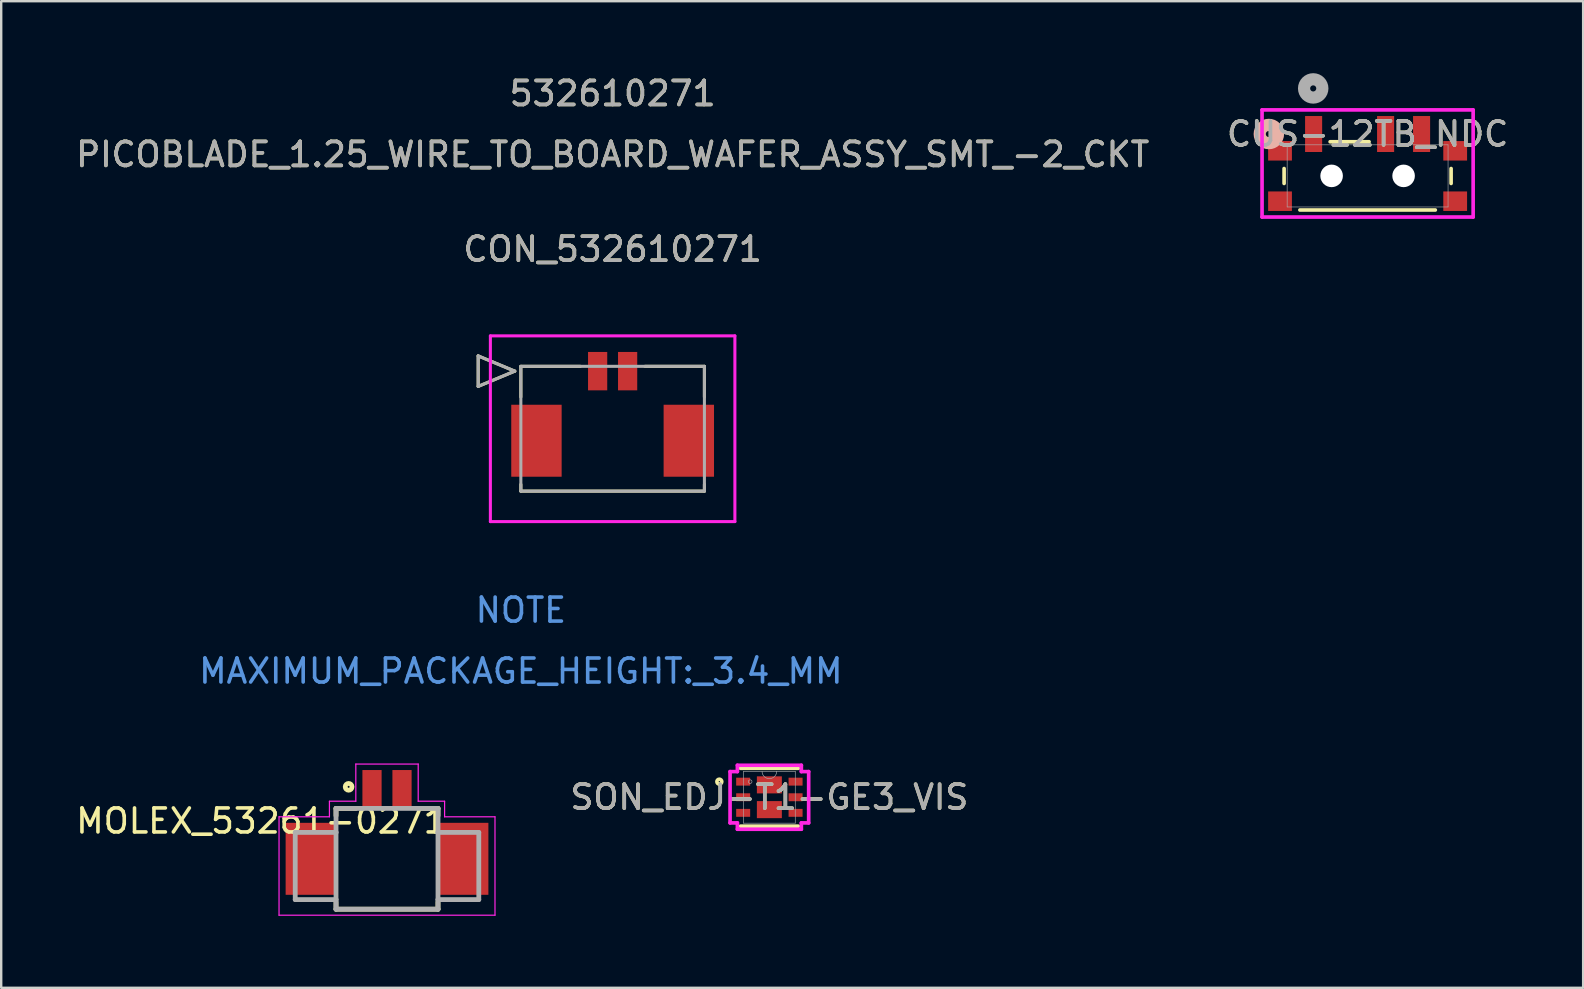
<source format=kicad_pcb>
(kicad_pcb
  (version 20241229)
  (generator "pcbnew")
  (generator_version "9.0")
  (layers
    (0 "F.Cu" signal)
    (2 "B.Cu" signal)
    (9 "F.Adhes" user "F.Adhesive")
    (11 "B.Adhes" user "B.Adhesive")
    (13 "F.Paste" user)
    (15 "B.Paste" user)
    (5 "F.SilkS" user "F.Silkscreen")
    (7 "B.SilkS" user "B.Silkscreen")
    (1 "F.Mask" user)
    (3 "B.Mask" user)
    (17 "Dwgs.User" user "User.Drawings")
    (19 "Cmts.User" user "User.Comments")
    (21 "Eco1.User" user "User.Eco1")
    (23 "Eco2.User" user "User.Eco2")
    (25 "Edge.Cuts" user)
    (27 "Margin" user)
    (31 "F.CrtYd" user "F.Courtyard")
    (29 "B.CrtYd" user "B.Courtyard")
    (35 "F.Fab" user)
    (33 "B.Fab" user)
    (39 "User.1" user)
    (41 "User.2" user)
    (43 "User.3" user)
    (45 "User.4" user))
  (footprint "CON_532610271"
    (layer "F.Cu")
    (at 21.857 12.418)
    (property "Reference" "CON_532610271" (at 0.625 -5.08 0) (unlocked yes) (layer "F.SilkS") (effects (font (size 1 1) (thickness 0.15))))
    (attr smd)
    (fp_line (start -4.978 -0.635) (end -4.978 0.635) (stroke (width 0.127) (type solid)) (layer "F.SilkS"))
    (fp_line (start -4.978 0.635) (end -3.454 0) (stroke (width 0.127) (type solid)) (layer "F.SilkS"))
    (fp_line (start -3.454 0) (end -4.978 -0.635) (stroke (width 0.127) (type solid)) (layer "F.SilkS"))
    (fp_line (start -3.2 -0.2) (end -3.2 1.08) (stroke (width 0.127) (type solid)) (layer "F.SilkS"))
    (fp_line (start -3.2 4.72) (end -3.2 5) (stroke (width 0.127) (type solid)) (layer "F.SilkS"))
    (fp_line (start -3.2 5) (end 4.45 5) (stroke (width 0.127) (type solid)) (layer "F.SilkS"))
    (fp_line (start -0.72 -0.2) (end -3.2 -0.2) (stroke (width 0.127) (type solid)) (layer "F.SilkS"))
    (fp_line (start 4.45 -0.2) (end 1.97 -0.2) (stroke (width 0.127) (type solid)) (layer "F.SilkS"))
    (fp_line (start 4.45 1.08) (end 4.45 -0.2) (stroke (width 0.127) (type solid)) (layer "F.SilkS"))
    (fp_line (start 4.45 5) (end 4.45 4.72) (stroke (width 0.127) (type solid)) (layer "F.SilkS"))
    (fp_line (start -4.47 -1.47) (end -4.47 6.27) (stroke (width 0.127) (type solid)) (layer "F.CrtYd"))
    (fp_line (start -4.47 6.27) (end 5.72 6.27) (stroke (width 0.127) (type solid)) (layer "F.CrtYd"))
    (fp_line (start 5.72 -1.47) (end -4.47 -1.47) (stroke (width 0.127) (type solid)) (layer "F.CrtYd"))
    (fp_line (start 5.72 6.27) (end 5.72 -1.47) (stroke (width 0.127) (type solid)) (layer "F.CrtYd"))
    (fp_line (start -4.978 -0.635) (end -4.978 0.635) (stroke (width 0.127) (type solid)) (layer "F.Fab"))
    (fp_line (start -4.978 0.635) (end -3.454 0) (stroke (width 0.127) (type solid)) (layer "F.Fab"))
    (fp_line (start -3.454 0) (end -4.978 -0.635) (stroke (width 0.127) (type solid)) (layer "F.Fab"))
    (fp_line (start -3.2 -0.2) (end -3.2 5) (stroke (width 0.127) (type solid)) (layer "F.Fab"))
    (fp_line (start -3.2 5) (end 4.45 5) (stroke (width 0.127) (type solid)) (layer "F.Fab"))
    (fp_line (start 4.45 -0.2) (end -3.2 -0.2) (stroke (width 0.127) (type solid)) (layer "F.Fab"))
    (fp_line (start 4.45 5) (end 4.45 -0.2) (stroke (width 0.127) (type solid)) (layer "F.Fab"))
    (fp_text user "PICOBLADE_1.25_WIRE_TO_BOARD_WAFER_ASSY_SMT_-2_CKT" (at 0.625 -9.03 0) (unlocked yes) (layer "F.SilkS") (effects (font (size 1 1) (thickness 0.15))))
    (fp_text user "532610271" (at 0.625 -11.57 0) (unlocked yes) (layer "F.SilkS") (effects (font (size 1 1) (thickness 0.15))))
    (fp_text user "MAXIMUM_PACKAGE_HEIGHT:_3.4_MM" (at -3.2 12.5 0) (unlocked yes) (layer "Cmts.User") (effects (font (size 1 1) (thickness 0.15))))
    (fp_text user "NOTE" (at -3.2 9.96 0) (unlocked yes) (layer "Cmts.User") (effects (font (size 1 1) (thickness 0.15))))
    (fp_text user "PICOBLADE_1.25_WIRE_TO_BOARD_WAFER_ASSY_SMT_-2_CKT" (at 0.625 -9.03 0) (unlocked yes) (layer "F.Fab") (effects (font (size 1 1) (thickness 0.15))))
    (fp_text user "${REFERENCE}" (at 0.625 -5.08 0) (unlocked yes) (layer "F.Fab") (effects (font (size 1 1) (thickness 0.15))))
    (fp_text user "532610271" (at 0.625 -11.57 0) (unlocked yes) (layer "F.Fab") (effects (font (size 1 1) (thickness 0.15))))
    (pad "1" smd rect (at 0 0) (size 0.8 1.6) (layers "F.Cu" "F.Mask" "F.Paste"))
    (pad "2" smd rect (at 1.25 0) (size 0.8 1.6) (layers "F.Cu" "F.Mask" "F.Paste"))
    (pad "3" smd rect (at -2.55 2.9) (size 2.1 3) (layers "F.Cu" "F.Mask" "F.Paste"))
    (pad "4" smd rect (at 3.8 2.9) (size 2.1 3) (layers "F.Cu" "F.Mask" "F.Paste")))
  (footprint "SON_EDJ-T1-GE3_VIS"
    (layer "F.Cu")
    (at 29.014 30.176)
    (property "Reference" "SON_EDJ-T1-GE3_VIS" (at 0 0 0) (unlocked yes) (layer "F.SilkS") (effects (font (size 1 1) (thickness 0.15))))
    (attr smd)
    (fp_line (start -1.206 1.206) (end 1.206 1.206) (stroke (width 0.152) (type solid)) (layer "F.SilkS"))
    (fp_line (start 1.206 -1.206) (end -1.206 -1.206) (stroke (width 0.152) (type solid)) (layer "F.SilkS"))
    (fp_circle (center -2.085 -0.65) (end -1.983 -0.65) (stroke (width 0.152) (type solid)) (fill no) (layer "F.SilkS"))
    (fp_line (start -1.638 -1.069) (end -1.333 -1.069) (stroke (width 0.152) (type solid)) (layer "F.CrtYd"))
    (fp_line (start -1.638 1.069) (end -1.638 -1.069) (stroke (width 0.152) (type solid)) (layer "F.CrtYd"))
    (fp_line (start -1.638 1.069) (end -1.333 1.069) (stroke (width 0.152) (type solid)) (layer "F.CrtYd"))
    (fp_line (start -1.333 -1.333) (end 1.333 -1.333) (stroke (width 0.152) (type solid)) (layer "F.CrtYd"))
    (fp_line (start -1.333 -1.069) (end -1.333 -1.333) (stroke (width 0.152) (type solid)) (layer "F.CrtYd"))
    (fp_line (start -1.333 1.333) (end -1.333 1.069) (stroke (width 0.152) (type solid)) (layer "F.CrtYd"))
    (fp_line (start 1.333 -1.333) (end 1.333 -1.069) (stroke (width 0.152) (type solid)) (layer "F.CrtYd"))
    (fp_line (start 1.333 1.069) (end 1.333 1.333) (stroke (width 0.152) (type solid)) (layer "F.CrtYd"))
    (fp_line (start 1.333 1.333) (end -1.333 1.333) (stroke (width 0.152) (type solid)) (layer "F.CrtYd"))
    (fp_line (start 1.638 -1.069) (end 1.333 -1.069) (stroke (width 0.152) (type solid)) (layer "F.CrtYd"))
    (fp_line (start 1.638 -1.069) (end 1.638 1.069) (stroke (width 0.152) (type solid)) (layer "F.CrtYd"))
    (fp_line (start 1.638 1.069) (end 1.333 1.069) (stroke (width 0.152) (type solid)) (layer "F.CrtYd"))
    (fp_line (start -1.079 -1.079) (end -1.079 1.079) (stroke (width 0.025) (type solid)) (layer "F.Fab"))
    (fp_line (start -1.079 1.079) (end 1.079 1.079) (stroke (width 0.025) (type solid)) (layer "F.Fab"))
    (fp_line (start 1.079 -1.079) (end -1.079 -1.079) (stroke (width 0.025) (type solid)) (layer "F.Fab"))
    (fp_line (start 1.079 1.079) (end 1.079 -1.079) (stroke (width 0.025) (type solid)) (layer "F.Fab"))
    (fp_arc (start 0.3048 -1.0795) (mid 0 -0.7747) (end -0.3048 -1.0795) (stroke (width 0.0254) (type solid)) (layer "F.Fab"))
    (fp_circle (center -0.8 -0.65) (end -0.724 -0.65) (stroke (width 0.025) (type solid)) (fill no) (layer "F.Fab"))
    (fp_text user "${REFERENCE}" (at 0 0 0) (unlocked yes) (layer "F.Fab") (effects (font (size 1 1) (thickness 0.15))))
    (pad "1" smd rect (at -1.092 -0.65) (size 0.584 0.33) (layers "F.Cu" "F.Mask" "F.Paste"))
    (pad "2" smd rect (at -1.092 0) (size 0.584 0.33) (layers "F.Cu" "F.Mask" "F.Paste"))
    (pad "3" smd rect (at -1.092 0.65) (size 0.584 0.33) (layers "F.Cu" "F.Mask" "F.Paste"))
    (pad "4" smd rect (at 1.092 0.65) (size 0.584 0.33) (layers "F.Cu" "F.Mask" "F.Paste"))
    (pad "5" smd rect (at 1.092 0) (size 0.584 0.33) (layers "F.Cu" "F.Mask" "F.Paste"))
    (pad "6" smd rect (at 1.092 -0.65) (size 0.584 0.33) (layers "F.Cu" "F.Mask" "F.Paste"))
    (pad "7" smd rect (at 0 -0.516) (size 1.041 0.711) (layers "F.Cu" "F.Mask" "F.Paste"))
    (pad "8" smd rect (at 0 0.516) (size 1.041 0.711) (layers "F.Cu" "F.Mask" "F.Paste")))
  (footprint "CUS-12TB_NDC"
    (layer "F.Cu")
    (at 53.946 4.28)
    (property "Reference" "CUS-12TB_NDC" (at 0 -1.745 0) (unlocked yes) (layer "F.SilkS") (effects (font (size 1 1) (thickness 0.15))))
    (attr smd)
    (fp_line (start -3.48 0.315) (end -3.48 -0.306) (stroke (width 0.152) (type solid)) (layer "F.SilkS"))
    (fp_line (start -1.562 -1.422) (end 0.062 -1.422) (stroke (width 0.152) (type solid)) (layer "F.SilkS"))
    (fp_line (start 2.822 1.422) (end -2.822 1.422) (stroke (width 0.152) (type solid)) (layer "F.SilkS"))
    (fp_line (start 3.48 -0.306) (end 3.48 0.315) (stroke (width 0.152) (type solid)) (layer "F.SilkS"))
    (fp_circle (center -4.115 -1.745) (end -3.734 -1.745) (stroke (width 0.508) (type solid)) (fill no) (layer "B.SilkS"))
    (fp_line (start -4.399 -2.749) (end -4.399 1.715) (stroke (width 0.152) (type solid)) (layer "F.CrtYd"))
    (fp_line (start -4.399 1.715) (end 4.399 1.715) (stroke (width 0.152) (type solid)) (layer "F.CrtYd"))
    (fp_line (start 4.399 -2.749) (end -4.399 -2.749) (stroke (width 0.152) (type solid)) (layer "F.CrtYd"))
    (fp_line (start 4.399 1.715) (end 4.399 -2.749) (stroke (width 0.152) (type solid)) (layer "F.CrtYd"))
    (fp_line (start -3.353 -1.295) (end -3.353 1.295) (stroke (width 0.025) (type solid)) (layer "F.Fab"))
    (fp_line (start -3.353 1.295) (end 3.353 1.295) (stroke (width 0.025) (type solid)) (layer "F.Fab"))
    (fp_line (start 3.353 -1.295) (end -3.353 -1.295) (stroke (width 0.025) (type solid)) (layer "F.Fab"))
    (fp_line (start 3.353 1.295) (end 3.353 -1.295) (stroke (width 0.025) (type solid)) (layer "F.Fab"))
    (fp_circle (center -2.267 -3.645) (end -1.886 -3.645) (stroke (width 0.508) (type solid)) (fill no) (layer "F.Fab"))
    (fp_text user "${REFERENCE}" (at 0 -1.745 0) (unlocked yes) (layer "F.Fab") (effects (font (size 1 1) (thickness 0.15))))
    (pad "" np_thru_hole circle (at -1.5 0) (size 0.94 0.94) (drill 0.94) (layers "*.Cu" "*.Mask"))
    (pad "" np_thru_hole circle (at 1.5 0) (size 0.94 0.94) (drill 0.94) (layers "*.Cu" "*.Mask"))
    (pad "1" smd rect (at -2.25 -1.745) (size 0.711 1.499) (layers "F.Cu" "F.Mask" "F.Paste"))
    (pad "2" smd rect (at 0.75 -1.745) (size 0.711 1.499) (layers "F.Cu" "F.Mask" "F.Paste"))
    (pad "3" smd rect (at 2.25 -1.745) (size 0.711 1.499) (layers "F.Cu" "F.Mask" "F.Paste"))
    (pad "4" smd rect (at -3.65 -1.045) (size 0.991 0.813) (layers "F.Cu" "F.Mask" "F.Paste"))
    (pad "5" smd rect (at 3.65 -1.045) (size 0.991 0.813) (layers "F.Cu" "F.Mask" "F.Paste"))
    (pad "6" smd rect (at -3.65 1.055) (size 0.991 0.813) (layers "F.Cu" "F.Mask" "F.Paste"))
    (pad "7" smd rect (at 3.65 1.055) (size 0.991 0.813) (layers "F.Cu" "F.Mask" "F.Paste")))
  (footprint "MOLEX_53261-0271"
    (layer "F.Cu")
    (at 13.079 32.742)
    (property "Reference" "MOLEX_53261-0271" (at -5.237 -1.576 180) (layer "F.SilkS") (effects (font (size 1 1) (thickness 0.15))))
    (attr smd)
    (fp_line (start -2.125 -2.1) (end -2.125 -1.8) (stroke (width 0.2) (type solid)) (layer "F.SilkS"))
    (fp_line (start -2.125 -2.1) (end -1.3 -2.1) (stroke (width 0.2) (type solid)) (layer "F.SilkS"))
    (fp_line (start -2.125 1.8) (end -2.125 2.1) (stroke (width 0.2) (type solid)) (layer "F.SilkS"))
    (fp_line (start -2.125 2.1) (end 2.125 2.1) (stroke (width 0.2) (type solid)) (layer "F.SilkS"))
    (fp_line (start 2.125 -2.1) (end 1.3 -2.1) (stroke (width 0.2) (type solid)) (layer "F.SilkS"))
    (fp_line (start 2.125 -2.1) (end 2.125 -1.8) (stroke (width 0.2) (type solid)) (layer "F.SilkS"))
    (fp_line (start 2.125 2.1) (end 2.125 1.8) (stroke (width 0.2) (type solid)) (layer "F.SilkS"))
    (fp_circle (center -1.6 -3) (end -1.459 -3) (stroke (width 0.2) (type solid)) (fill no) (layer "F.SilkS"))
    (fp_line (start -4.5 -1.75) (end -2.4 -1.75) (stroke (width 0.05) (type solid)) (layer "F.CrtYd"))
    (fp_line (start -4.5 2.35) (end -4.5 -1.75) (stroke (width 0.05) (type solid)) (layer "F.CrtYd"))
    (fp_line (start -2.4 -2.4) (end -1.3 -2.4) (stroke (width 0.05) (type solid)) (layer "F.CrtYd"))
    (fp_line (start -2.4 -1.75) (end -2.4 -2.4) (stroke (width 0.05) (type solid)) (layer "F.CrtYd"))
    (fp_line (start -1.3 -3.95) (end 1.3 -3.95) (stroke (width 0.05) (type solid)) (layer "F.CrtYd"))
    (fp_line (start -1.3 -2.4) (end -1.3 -3.95) (stroke (width 0.05) (type solid)) (layer "F.CrtYd"))
    (fp_line (start 1.3 -3.95) (end 1.3 -2.4) (stroke (width 0.05) (type solid)) (layer "F.CrtYd"))
    (fp_line (start 1.3 -2.4) (end 2.4 -2.4) (stroke (width 0.05) (type solid)) (layer "F.CrtYd"))
    (fp_line (start 2.4 -2.4) (end 2.4 -1.75) (stroke (width 0.05) (type solid)) (layer "F.CrtYd"))
    (fp_line (start 2.4 -1.75) (end 4.5 -1.75) (stroke (width 0.05) (type solid)) (layer "F.CrtYd"))
    (fp_line (start 4.5 -1.75) (end 4.5 2.35) (stroke (width 0.05) (type solid)) (layer "F.CrtYd"))
    (fp_line (start 4.5 2.35) (end -4.5 2.35) (stroke (width 0.05) (type solid)) (layer "F.CrtYd"))
    (fp_line (start -3.825 -1.1) (end -3.825 1.7) (stroke (width 0.2) (type solid)) (layer "F.Fab"))
    (fp_line (start -3.825 1.7) (end -2.125 1.7) (stroke (width 0.2) (type solid)) (layer "F.Fab"))
    (fp_line (start -2.125 -2.1) (end 2.125 -2.1) (stroke (width 0.2) (type solid)) (layer "F.Fab"))
    (fp_line (start -2.125 -1.1) (end -3.825 -1.1) (stroke (width 0.2) (type solid)) (layer "F.Fab"))
    (fp_line (start -2.125 -1.1) (end -2.125 -2.1) (stroke (width 0.2) (type solid)) (layer "F.Fab"))
    (fp_line (start -2.125 1.7) (end -2.125 -1.1) (stroke (width 0.2) (type solid)) (layer "F.Fab"))
    (fp_line (start -2.125 2.1) (end -2.125 1.7) (stroke (width 0.2) (type solid)) (layer "F.Fab"))
    (fp_line (start 2.125 -2.1) (end 2.125 -1.1) (stroke (width 0.2) (type solid)) (layer "F.Fab"))
    (fp_line (start 2.125 -1.1) (end 2.125 1.7) (stroke (width 0.2) (type solid)) (layer "F.Fab"))
    (fp_line (start 2.125 -1.1) (end 3.825 -1.1) (stroke (width 0.2) (type solid)) (layer "F.Fab"))
    (fp_line (start 2.125 1.7) (end 2.125 2.1) (stroke (width 0.2) (type solid)) (layer "F.Fab"))
    (fp_line (start 2.125 2.1) (end -2.125 2.1) (stroke (width 0.2) (type solid)) (layer "F.Fab"))
    (fp_line (start 3.825 -1.1) (end 3.825 1.7) (stroke (width 0.2) (type solid)) (layer "F.Fab"))
    (fp_line (start 3.825 1.7) (end 2.125 1.7) (stroke (width 0.2) (type solid)) (layer "F.Fab"))
    (pad "1" smd rect (at -0.625 -2.9) (size 0.8 1.6) (layers "F.Cu" "F.Mask" "F.Paste"))
    (pad "2" smd rect (at 0.625 -2.9) (size 0.8 1.6) (layers "F.Cu" "F.Mask" "F.Paste"))
    (pad "P1" smd rect (at -3.175 0) (size 2.1 3) (layers "F.Cu" "F.Mask" "F.Paste"))
    (pad "P2" smd rect (at 3.175 0) (size 2.1 3) (layers "F.Cu" "F.Mask" "F.Paste")))
  (gr_rect
    (start -3 -3)
    (end 62.929 38.117)
    (stroke (width 0.1) (type default))
    (fill no)
    (layer "Edge.Cuts")))
</source>
